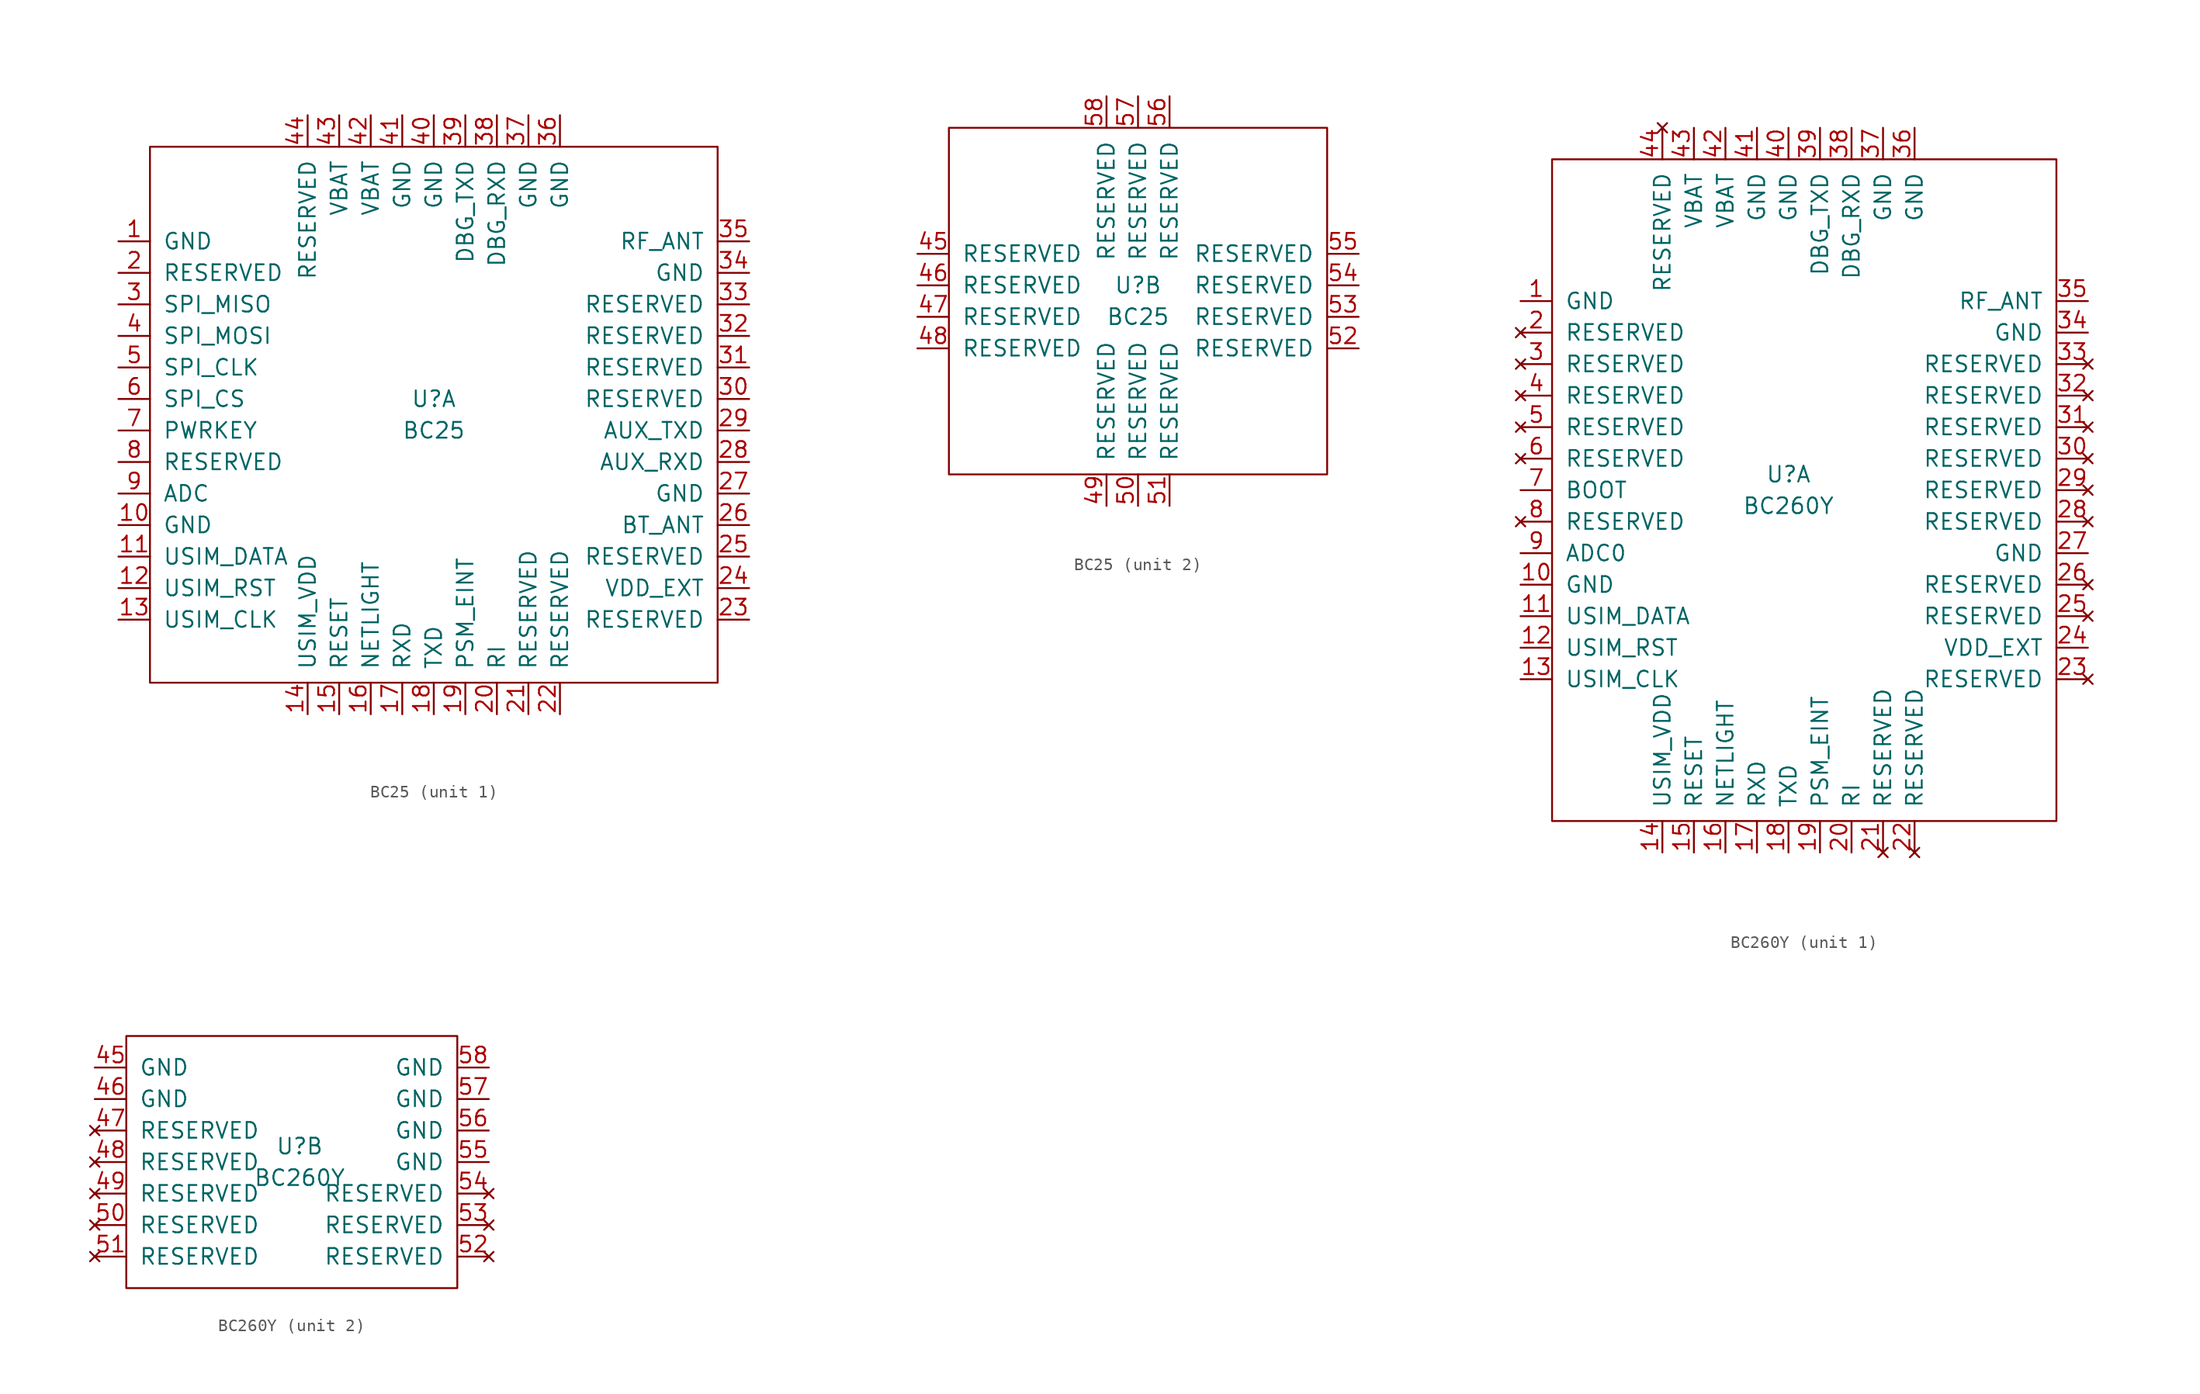
<source format=kicad_sym>
(kicad_symbol_lib
  (version 20211014)
  (generator kicad_symbol_editor)
  (symbol "BC25"
    (pin_names
      (offset 1.016))
    (property "Reference" "U"
      (at 0 1.27 0)
      (effects (font (size 1.27 1.27))))
    (property "Value" "BC25"
      (at 0 -1.27 0)
      (effects (font (size 1.27 1.27))))
    (property "ki_locked" ""
      (at 0 0 0)
      (effects (font (size 1.27 1.27))))
    (symbol "BC25_1_1"
      (rectangle (start -22.86 21.59) (end 22.86 -21.59) (stroke (width 0) (type default) (color 0 0 0 0)) (fill (type none)))
      (pin power_in line (at -25.4 13.97 0) (length 2.54) (name "GND" (effects (font (size 1.27 1.27)))) (number "1" (effects (font (size 1.27 1.27)))))
      (pin bidirectional line (at -25.4 -8.89 0) (length 2.54) (name "GND" (effects (font (size 1.27 1.27)))) (number "10" (effects (font (size 1.27 1.27)))))
      (pin bidirectional line (at -25.4 -11.43 0) (length 2.54) (name "USIM_DATA" (effects (font (size 1.27 1.27)))) (number "11" (effects (font (size 1.27 1.27)))))
      (pin bidirectional line (at -25.4 -13.97 0) (length 2.54) (name "USIM_RST" (effects (font (size 1.27 1.27)))) (number "12" (effects (font (size 1.27 1.27)))))
      (pin bidirectional line (at -25.4 -16.51 0) (length 2.54) (name "USIM_CLK" (effects (font (size 1.27 1.27)))) (number "13" (effects (font (size 1.27 1.27)))))
      (pin power_out line (at -10.16 -24.13 90) (length 2.54) (name "USIM_VDD" (effects (font (size 1.27 1.27)))) (number "14" (effects (font (size 1.27 1.27)))))
      (pin bidirectional line (at -7.62 -24.13 90) (length 2.54) (name "RESET" (effects (font (size 1.27 1.27)))) (number "15" (effects (font (size 1.27 1.27)))))
      (pin bidirectional line (at -5.08 -24.13 90) (length 2.54) (name "NETLIGHT" (effects (font (size 1.27 1.27)))) (number "16" (effects (font (size 1.27 1.27)))))
      (pin bidirectional line (at -2.54 -24.13 90) (length 2.54) (name "RXD" (effects (font (size 1.27 1.27)))) (number "17" (effects (font (size 1.27 1.27)))))
      (pin bidirectional line (at 0 -24.13 90) (length 2.54) (name "TXD" (effects (font (size 1.27 1.27)))) (number "18" (effects (font (size 1.27 1.27)))))
      (pin bidirectional line (at 2.54 -24.13 90) (length 2.54) (name "PSM_EINT" (effects (font (size 1.27 1.27)))) (number "19" (effects (font (size 1.27 1.27)))))
      (pin bidirectional line (at -25.4 11.43 0) (length 2.54) (name "RESERVED" (effects (font (size 1.27 1.27)))) (number "2" (effects (font (size 1.27 1.27)))))
      (pin bidirectional line (at 5.08 -24.13 90) (length 2.54) (name "RI" (effects (font (size 1.27 1.27)))) (number "20" (effects (font (size 1.27 1.27)))))
      (pin bidirectional line (at 7.62 -24.13 90) (length 2.54) (name "RESERVED" (effects (font (size 1.27 1.27)))) (number "21" (effects (font (size 1.27 1.27)))))
      (pin bidirectional line (at 10.16 -24.13 90) (length 2.54) (name "RESERVED" (effects (font (size 1.27 1.27)))) (number "22" (effects (font (size 1.27 1.27)))))
      (pin bidirectional line (at 25.4 -16.51 180) (length 2.54) (name "RESERVED" (effects (font (size 1.27 1.27)))) (number "23" (effects (font (size 1.27 1.27)))))
      (pin bidirectional line (at 25.4 -13.97 180) (length 2.54) (name "VDD_EXT" (effects (font (size 1.27 1.27)))) (number "24" (effects (font (size 1.27 1.27)))))
      (pin bidirectional line (at 25.4 -11.43 180) (length 2.54) (name "RESERVED" (effects (font (size 1.27 1.27)))) (number "25" (effects (font (size 1.27 1.27)))))
      (pin bidirectional line (at 25.4 -8.89 180) (length 2.54) (name "BT_ANT" (effects (font (size 1.27 1.27)))) (number "26" (effects (font (size 1.27 1.27)))))
      (pin power_in line (at 25.4 -6.35 180) (length 2.54) (name "GND" (effects (font (size 1.27 1.27)))) (number "27" (effects (font (size 1.27 1.27)))))
      (pin bidirectional line (at 25.4 -3.81 180) (length 2.54) (name "AUX_RXD" (effects (font (size 1.27 1.27)))) (number "28" (effects (font (size 1.27 1.27)))))
      (pin bidirectional line (at 25.4 -1.27 180) (length 2.54) (name "AUX_TXD" (effects (font (size 1.27 1.27)))) (number "29" (effects (font (size 1.27 1.27)))))
      (pin bidirectional line (at -25.4 8.89 0) (length 2.54) (name "SPI_MISO" (effects (font (size 1.27 1.27)))) (number "3" (effects (font (size 1.27 1.27)))))
      (pin bidirectional line (at 25.4 1.27 180) (length 2.54) (name "RESERVED" (effects (font (size 1.27 1.27)))) (number "30" (effects (font (size 1.27 1.27)))))
      (pin bidirectional line (at 25.4 3.81 180) (length 2.54) (name "RESERVED" (effects (font (size 1.27 1.27)))) (number "31" (effects (font (size 1.27 1.27)))))
      (pin bidirectional line (at 25.4 6.35 180) (length 2.54) (name "RESERVED" (effects (font (size 1.27 1.27)))) (number "32" (effects (font (size 1.27 1.27)))))
      (pin bidirectional line (at 25.4 8.89 180) (length 2.54) (name "RESERVED" (effects (font (size 1.27 1.27)))) (number "33" (effects (font (size 1.27 1.27)))))
      (pin power_in line (at 25.4 11.43 180) (length 2.54) (name "GND" (effects (font (size 1.27 1.27)))) (number "34" (effects (font (size 1.27 1.27)))))
      (pin bidirectional line (at 25.4 13.97 180) (length 2.54) (name "RF_ANT" (effects (font (size 1.27 1.27)))) (number "35" (effects (font (size 1.27 1.27)))))
      (pin power_in line (at 10.16 24.13 270) (length 2.54) (name "GND" (effects (font (size 1.27 1.27)))) (number "36" (effects (font (size 1.27 1.27)))))
      (pin power_in line (at 7.62 24.13 270) (length 2.54) (name "GND" (effects (font (size 1.27 1.27)))) (number "37" (effects (font (size 1.27 1.27)))))
      (pin bidirectional line (at 5.08 24.13 270) (length 2.54) (name "DBG_RXD" (effects (font (size 1.27 1.27)))) (number "38" (effects (font (size 1.27 1.27)))))
      (pin bidirectional line (at 2.54 24.13 270) (length 2.54) (name "DBG_TXD" (effects (font (size 1.27 1.27)))) (number "39" (effects (font (size 1.27 1.27)))))
      (pin bidirectional line (at -25.4 6.35 0) (length 2.54) (name "SPI_MOSI" (effects (font (size 1.27 1.27)))) (number "4" (effects (font (size 1.27 1.27)))))
      (pin power_in line (at 0 24.13 270) (length 2.54) (name "GND" (effects (font (size 1.27 1.27)))) (number "40" (effects (font (size 1.27 1.27)))))
      (pin power_in line (at -2.54 24.13 270) (length 2.54) (name "GND" (effects (font (size 1.27 1.27)))) (number "41" (effects (font (size 1.27 1.27)))))
      (pin power_in line (at -5.08 24.13 270) (length 2.54) (name "VBAT" (effects (font (size 1.27 1.27)))) (number "42" (effects (font (size 1.27 1.27)))))
      (pin power_in line (at -7.62 24.13 270) (length 2.54) (name "VBAT" (effects (font (size 1.27 1.27)))) (number "43" (effects (font (size 1.27 1.27)))))
      (pin bidirectional line (at -10.16 24.13 270) (length 2.54) (name "RESERVED" (effects (font (size 1.27 1.27)))) (number "44" (effects (font (size 1.27 1.27)))))
      (pin bidirectional line (at -25.4 3.81 0) (length 2.54) (name "SPI_CLK" (effects (font (size 1.27 1.27)))) (number "5" (effects (font (size 1.27 1.27)))))
      (pin bidirectional line (at -25.4 1.27 0) (length 2.54) (name "SPI_CS" (effects (font (size 1.27 1.27)))) (number "6" (effects (font (size 1.27 1.27)))))
      (pin bidirectional line (at -25.4 -1.27 0) (length 2.54) (name "PWRKEY" (effects (font (size 1.27 1.27)))) (number "7" (effects (font (size 1.27 1.27)))))
      (pin bidirectional line (at -25.4 -3.81 0) (length 2.54) (name "RESERVED" (effects (font (size 1.27 1.27)))) (number "8" (effects (font (size 1.27 1.27)))))
      (pin bidirectional line (at -25.4 -6.35 0) (length 2.54) (name "ADC" (effects (font (size 1.27 1.27)))) (number "9" (effects (font (size 1.27 1.27))))))
    (symbol "BC25_2_1"
      (rectangle (start -15.24 13.97) (end 15.24 -13.97) (stroke (width 0) (type default) (color 0 0 0 0)) (fill (type none)))
      (pin bidirectional line (at -17.78 3.81 0) (length 2.54) (name "RESERVED" (effects (font (size 1.27 1.27)))) (number "45" (effects (font (size 1.27 1.27)))))
      (pin bidirectional line (at -17.78 1.27 0) (length 2.54) (name "RESERVED" (effects (font (size 1.27 1.27)))) (number "46" (effects (font (size 1.27 1.27)))))
      (pin bidirectional line (at -17.78 -1.27 0) (length 2.54) (name "RESERVED" (effects (font (size 1.27 1.27)))) (number "47" (effects (font (size 1.27 1.27)))))
      (pin bidirectional line (at -17.78 -3.81 0) (length 2.54) (name "RESERVED" (effects (font (size 1.27 1.27)))) (number "48" (effects (font (size 1.27 1.27)))))
      (pin bidirectional line (at -2.54 -16.51 90) (length 2.54) (name "RESERVED" (effects (font (size 1.27 1.27)))) (number "49" (effects (font (size 1.27 1.27)))))
      (pin bidirectional line (at 0 -16.51 90) (length 2.54) (name "RESERVED" (effects (font (size 1.27 1.27)))) (number "50" (effects (font (size 1.27 1.27)))))
      (pin bidirectional line (at 2.54 -16.51 90) (length 2.54) (name "RESERVED" (effects (font (size 1.27 1.27)))) (number "51" (effects (font (size 1.27 1.27)))))
      (pin bidirectional line (at 17.78 -3.81 180) (length 2.54) (name "RESERVED" (effects (font (size 1.27 1.27)))) (number "52" (effects (font (size 1.27 1.27)))))
      (pin bidirectional line (at 17.78 -1.27 180) (length 2.54) (name "RESERVED" (effects (font (size 1.27 1.27)))) (number "53" (effects (font (size 1.27 1.27)))))
      (pin bidirectional line (at 17.78 1.27 180) (length 2.54) (name "RESERVED" (effects (font (size 1.27 1.27)))) (number "54" (effects (font (size 1.27 1.27)))))
      (pin bidirectional line (at 17.78 3.81 180) (length 2.54) (name "RESERVED" (effects (font (size 1.27 1.27)))) (number "55" (effects (font (size 1.27 1.27)))))
      (pin bidirectional line (at 2.54 16.51 270) (length 2.54) (name "RESERVED" (effects (font (size 1.27 1.27)))) (number "56" (effects (font (size 1.27 1.27)))))
      (pin bidirectional line (at 0 16.51 270) (length 2.54) (name "RESERVED" (effects (font (size 1.27 1.27)))) (number "57" (effects (font (size 1.27 1.27)))))
      (pin bidirectional line (at -2.54 16.51 270) (length 2.54) (name "RESERVED" (effects (font (size 1.27 1.27)))) (number "58" (effects (font (size 1.27 1.27)))))))
  (symbol "BC260Y"
    (pin_names
      (offset 1.016))
    (property "Reference" "U"
      (at 0 1.27 0)
      (effects (font (size 1.27 1.27))))
    (property "Value" "BC260Y"
      (at 0 -1.27 0)
      (effects (font (size 1.27 1.27))))
    (property "ki_locked" ""
      (at 0 0 0)
      (effects (font (size 1.27 1.27))))
    (symbol "BC260Y_1_1"
      (rectangle (start -19.05 26.67) (end 21.59 -26.67) (stroke (width 0) (type default) (color 0 0 0 0)) (fill (type none)))
      (pin power_in line (at -21.59 15.24 0) (length 2.54) (name "GND" (effects (font (size 1.27 1.27)))) (number "1" (effects (font (size 1.27 1.27)))))
      (pin power_in line (at -21.59 -7.62 0) (length 2.54) (name "GND" (effects (font (size 1.27 1.27)))) (number "10" (effects (font (size 1.27 1.27)))))
      (pin bidirectional line (at -21.59 -10.16 0) (length 2.54) (name "USIM_DATA" (effects (font (size 1.27 1.27)))) (number "11" (effects (font (size 1.27 1.27)))))
      (pin bidirectional line (at -21.59 -12.7 0) (length 2.54) (name "USIM_RST" (effects (font (size 1.27 1.27)))) (number "12" (effects (font (size 1.27 1.27)))))
      (pin bidirectional line (at -21.59 -15.24 0) (length 2.54) (name "USIM_CLK" (effects (font (size 1.27 1.27)))) (number "13" (effects (font (size 1.27 1.27)))))
      (pin power_out line (at -10.16 -29.21 90) (length 2.54) (name "USIM_VDD" (effects (font (size 1.27 1.27)))) (number "14" (effects (font (size 1.27 1.27)))))
      (pin bidirectional line (at -7.62 -29.21 90) (length 2.54) (name "RESET" (effects (font (size 1.27 1.27)))) (number "15" (effects (font (size 1.27 1.27)))))
      (pin bidirectional line (at -5.08 -29.21 90) (length 2.54) (name "NETLIGHT" (effects (font (size 1.27 1.27)))) (number "16" (effects (font (size 1.27 1.27)))))
      (pin bidirectional line (at -2.54 -29.21 90) (length 2.54) (name "RXD" (effects (font (size 1.27 1.27)))) (number "17" (effects (font (size 1.27 1.27)))))
      (pin bidirectional line (at 0 -29.21 90) (length 2.54) (name "TXD" (effects (font (size 1.27 1.27)))) (number "18" (effects (font (size 1.27 1.27)))))
      (pin bidirectional line (at 2.54 -29.21 90) (length 2.54) (name "PSM_EINT" (effects (font (size 1.27 1.27)))) (number "19" (effects (font (size 1.27 1.27)))))
      (pin no_connect line (at -21.59 12.7 0) (length 2.54) (name "RESERVED" (effects (font (size 1.27 1.27)))) (number "2" (effects (font (size 1.27 1.27)))))
      (pin bidirectional line (at 5.08 -29.21 90) (length 2.54) (name "RI" (effects (font (size 1.27 1.27)))) (number "20" (effects (font (size 1.27 1.27)))))
      (pin no_connect line (at 7.62 -29.21 90) (length 2.54) (name "RESERVED" (effects (font (size 1.27 1.27)))) (number "21" (effects (font (size 1.27 1.27)))))
      (pin no_connect line (at 10.16 -29.21 90) (length 2.54) (name "RESERVED" (effects (font (size 1.27 1.27)))) (number "22" (effects (font (size 1.27 1.27)))))
      (pin no_connect line (at 24.13 -15.24 180) (length 2.54) (name "RESERVED" (effects (font (size 1.27 1.27)))) (number "23" (effects (font (size 1.27 1.27)))))
      (pin power_out line (at 24.13 -12.7 180) (length 2.54) (name "VDD_EXT" (effects (font (size 1.27 1.27)))) (number "24" (effects (font (size 1.27 1.27)))))
      (pin no_connect line (at 24.13 -10.16 180) (length 2.54) (name "RESERVED" (effects (font (size 1.27 1.27)))) (number "25" (effects (font (size 1.27 1.27)))))
      (pin no_connect line (at 24.13 -7.62 180) (length 2.54) (name "RESERVED" (effects (font (size 1.27 1.27)))) (number "26" (effects (font (size 1.27 1.27)))))
      (pin power_in line (at 24.13 -5.08 180) (length 2.54) (name "GND" (effects (font (size 1.27 1.27)))) (number "27" (effects (font (size 1.27 1.27)))))
      (pin no_connect line (at 24.13 -2.54 180) (length 2.54) (name "RESERVED" (effects (font (size 1.27 1.27)))) (number "28" (effects (font (size 1.27 1.27)))))
      (pin no_connect line (at 24.13 0 180) (length 2.54) (name "RESERVED" (effects (font (size 1.27 1.27)))) (number "29" (effects (font (size 1.27 1.27)))))
      (pin no_connect line (at -21.59 10.16 0) (length 2.54) (name "RESERVED" (effects (font (size 1.27 1.27)))) (number "3" (effects (font (size 1.27 1.27)))))
      (pin no_connect line (at 24.13 2.54 180) (length 2.54) (name "RESERVED" (effects (font (size 1.27 1.27)))) (number "30" (effects (font (size 1.27 1.27)))))
      (pin no_connect line (at 24.13 5.08 180) (length 2.54) (name "RESERVED" (effects (font (size 1.27 1.27)))) (number "31" (effects (font (size 1.27 1.27)))))
      (pin no_connect line (at 24.13 7.62 180) (length 2.54) (name "RESERVED" (effects (font (size 1.27 1.27)))) (number "32" (effects (font (size 1.27 1.27)))))
      (pin no_connect line (at 24.13 10.16 180) (length 2.54) (name "RESERVED" (effects (font (size 1.27 1.27)))) (number "33" (effects (font (size 1.27 1.27)))))
      (pin power_in line (at 24.13 12.7 180) (length 2.54) (name "GND" (effects (font (size 1.27 1.27)))) (number "34" (effects (font (size 1.27 1.27)))))
      (pin bidirectional line (at 24.13 15.24 180) (length 2.54) (name "RF_ANT" (effects (font (size 1.27 1.27)))) (number "35" (effects (font (size 1.27 1.27)))))
      (pin power_in line (at 10.16 29.21 270) (length 2.54) (name "GND" (effects (font (size 1.27 1.27)))) (number "36" (effects (font (size 1.27 1.27)))))
      (pin power_in line (at 7.62 29.21 270) (length 2.54) (name "GND" (effects (font (size 1.27 1.27)))) (number "37" (effects (font (size 1.27 1.27)))))
      (pin bidirectional line (at 5.08 29.21 270) (length 2.54) (name "DBG_RXD" (effects (font (size 1.27 1.27)))) (number "38" (effects (font (size 1.27 1.27)))))
      (pin bidirectional line (at 2.54 29.21 270) (length 2.54) (name "DBG_TXD" (effects (font (size 1.27 1.27)))) (number "39" (effects (font (size 1.27 1.27)))))
      (pin no_connect line (at -21.59 7.62 0) (length 2.54) (name "RESERVED" (effects (font (size 1.27 1.27)))) (number "4" (effects (font (size 1.27 1.27)))))
      (pin power_in line (at 0 29.21 270) (length 2.54) (name "GND" (effects (font (size 1.27 1.27)))) (number "40" (effects (font (size 1.27 1.27)))))
      (pin power_in line (at -2.54 29.21 270) (length 2.54) (name "GND" (effects (font (size 1.27 1.27)))) (number "41" (effects (font (size 1.27 1.27)))))
      (pin power_in line (at -5.08 29.21 270) (length 2.54) (name "VBAT" (effects (font (size 1.27 1.27)))) (number "42" (effects (font (size 1.27 1.27)))))
      (pin power_in line (at -7.62 29.21 270) (length 2.54) (name "VBAT" (effects (font (size 1.27 1.27)))) (number "43" (effects (font (size 1.27 1.27)))))
      (pin no_connect line (at -10.16 29.21 270) (length 2.54) (name "RESERVED" (effects (font (size 1.27 1.27)))) (number "44" (effects (font (size 1.27 1.27)))))
      (pin no_connect line (at -21.59 5.08 0) (length 2.54) (name "RESERVED" (effects (font (size 1.27 1.27)))) (number "5" (effects (font (size 1.27 1.27)))))
      (pin no_connect line (at -21.59 2.54 0) (length 2.54) (name "RESERVED" (effects (font (size 1.27 1.27)))) (number "6" (effects (font (size 1.27 1.27)))))
      (pin bidirectional line (at -21.59 0 0) (length 2.54) (name "BOOT" (effects (font (size 1.27 1.27)))) (number "7" (effects (font (size 1.27 1.27)))))
      (pin no_connect line (at -21.59 -2.54 0) (length 2.54) (name "RESERVED" (effects (font (size 1.27 1.27)))) (number "8" (effects (font (size 1.27 1.27)))))
      (pin bidirectional line (at -21.59 -5.08 0) (length 2.54) (name "ADC0" (effects (font (size 1.27 1.27)))) (number "9" (effects (font (size 1.27 1.27))))))
    (symbol "BC260Y_2_1"
      (rectangle (start -13.97 10.16) (end 12.7 -10.16) (stroke (width 0) (type default) (color 0 0 0 0)) (fill (type none)))
      (pin power_in line (at -16.51 7.62 0) (length 2.54) (name "GND" (effects (font (size 1.27 1.27)))) (number "45" (effects (font (size 1.27 1.27)))))
      (pin power_in line (at -16.51 5.08 0) (length 2.54) (name "GND" (effects (font (size 1.27 1.27)))) (number "46" (effects (font (size 1.27 1.27)))))
      (pin no_connect line (at -16.51 2.54 0) (length 2.54) (name "RESERVED" (effects (font (size 1.27 1.27)))) (number "47" (effects (font (size 1.27 1.27)))))
      (pin no_connect line (at -16.51 0 0) (length 2.54) (name "RESERVED" (effects (font (size 1.27 1.27)))) (number "48" (effects (font (size 1.27 1.27)))))
      (pin no_connect line (at -16.51 -2.54 0) (length 2.54) (name "RESERVED" (effects (font (size 1.27 1.27)))) (number "49" (effects (font (size 1.27 1.27)))))
      (pin no_connect line (at -16.51 -5.08 0) (length 2.54) (name "RESERVED" (effects (font (size 1.27 1.27)))) (number "50" (effects (font (size 1.27 1.27)))))
      (pin no_connect line (at -16.51 -7.62 0) (length 2.54) (name "RESERVED" (effects (font (size 1.27 1.27)))) (number "51" (effects (font (size 1.27 1.27)))))
      (pin no_connect line (at 15.24 -7.62 180) (length 2.54) (name "RESERVED" (effects (font (size 1.27 1.27)))) (number "52" (effects (font (size 1.27 1.27)))))
      (pin no_connect line (at 15.24 -5.08 180) (length 2.54) (name "RESERVED" (effects (font (size 1.27 1.27)))) (number "53" (effects (font (size 1.27 1.27)))))
      (pin no_connect line (at 15.24 -2.54 180) (length 2.54) (name "RESERVED" (effects (font (size 1.27 1.27)))) (number "54" (effects (font (size 1.27 1.27)))))
      (pin power_in line (at 15.24 0 180) (length 2.54) (name "GND" (effects (font (size 1.27 1.27)))) (number "55" (effects (font (size 1.27 1.27)))))
      (pin power_in line (at 15.24 2.54 180) (length 2.54) (name "GND" (effects (font (size 1.27 1.27)))) (number "56" (effects (font (size 1.27 1.27)))))
      (pin power_in line (at 15.24 5.08 180) (length 2.54) (name "GND" (effects (font (size 1.27 1.27)))) (number "57" (effects (font (size 1.27 1.27)))))
      (pin power_in line (at 15.24 7.62 180) (length 2.54) (name "GND" (effects (font (size 1.27 1.27)))) (number "58" (effects (font (size 1.27 1.27))))))))
</source>
